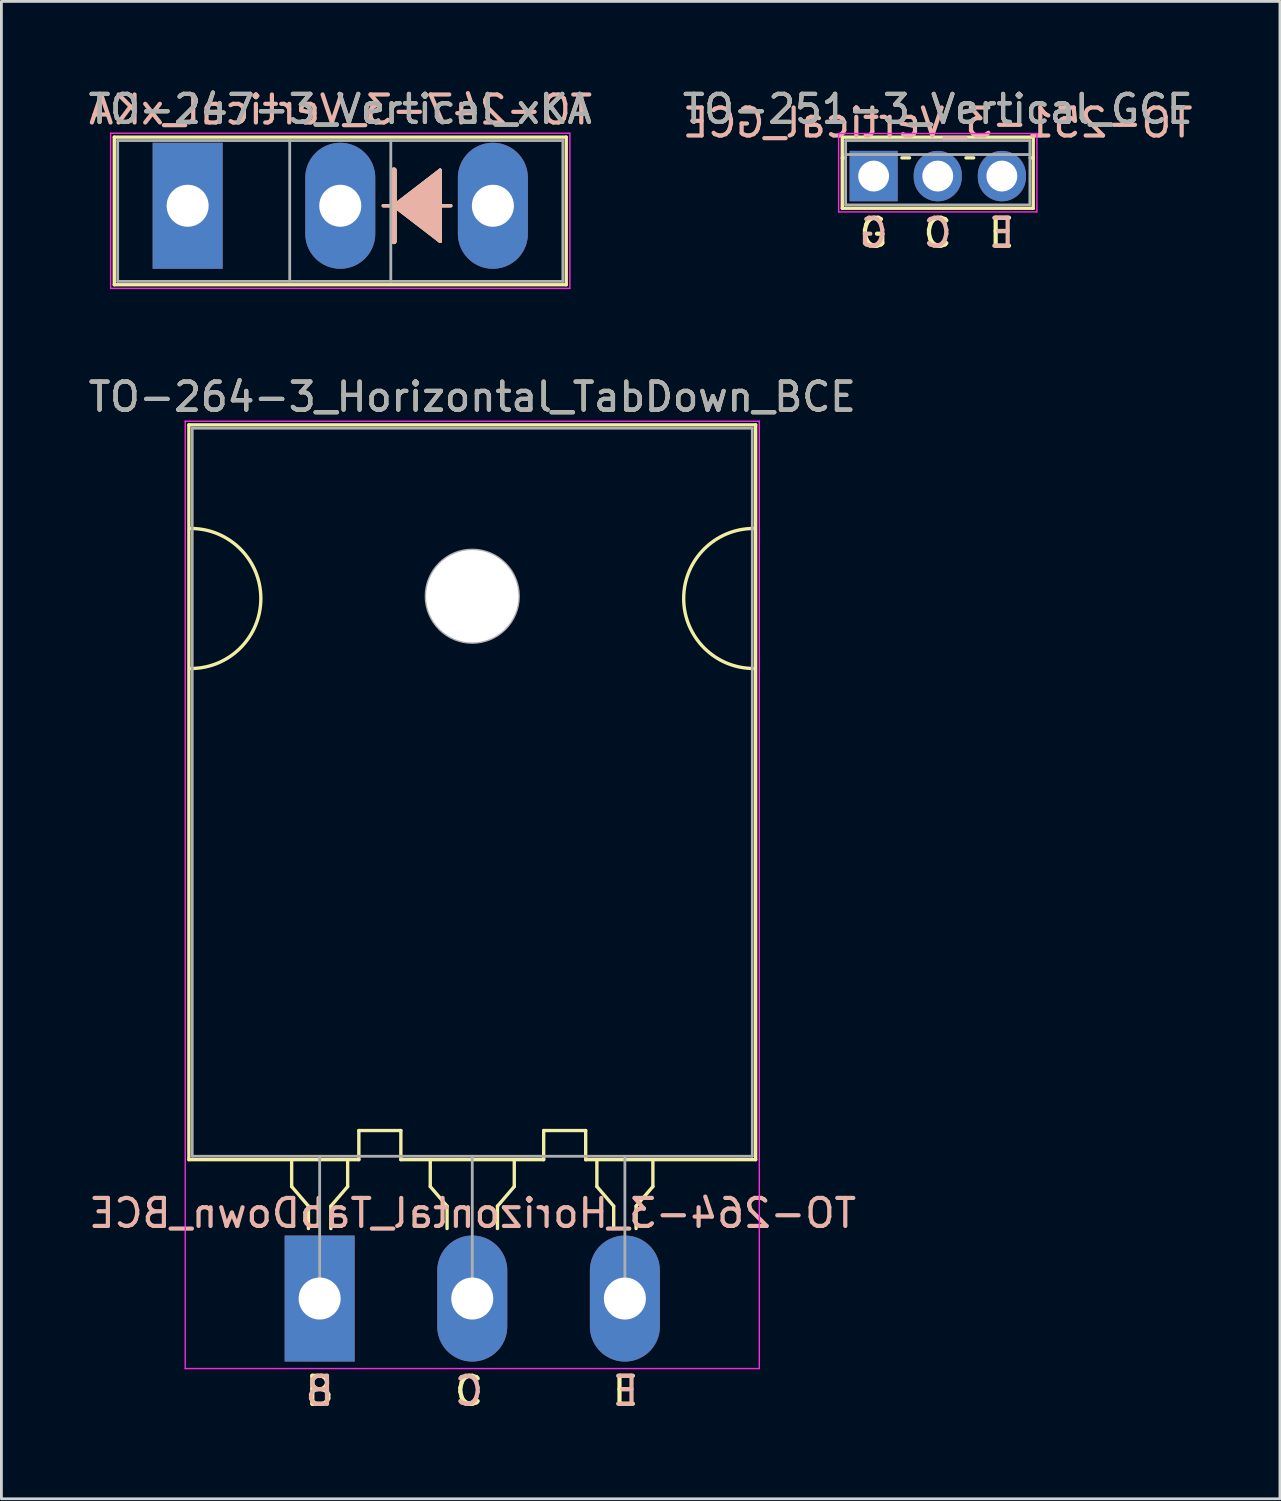
<source format=kicad_pcb>
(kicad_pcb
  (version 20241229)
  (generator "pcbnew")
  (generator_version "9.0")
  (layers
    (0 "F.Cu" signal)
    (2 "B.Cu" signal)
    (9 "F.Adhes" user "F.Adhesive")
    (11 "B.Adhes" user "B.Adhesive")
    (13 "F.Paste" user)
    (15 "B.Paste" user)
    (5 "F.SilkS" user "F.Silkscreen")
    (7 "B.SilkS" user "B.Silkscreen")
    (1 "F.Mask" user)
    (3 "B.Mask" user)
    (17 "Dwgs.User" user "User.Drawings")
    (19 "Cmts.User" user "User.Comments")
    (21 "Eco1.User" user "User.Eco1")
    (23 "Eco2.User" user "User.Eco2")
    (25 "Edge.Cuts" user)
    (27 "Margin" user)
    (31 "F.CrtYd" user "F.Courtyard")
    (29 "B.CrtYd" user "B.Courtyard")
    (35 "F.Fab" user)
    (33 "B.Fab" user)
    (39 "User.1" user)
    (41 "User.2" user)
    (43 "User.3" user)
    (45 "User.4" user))
  (footprint "TO-247-3_Vertical_xKA"
    (layer "F.Cu")
    (at 3.651 4.298)
    (property "Reference" "TO-247-3_Vertical_xKA" (at 5.45 -3.45 0) (layer "F.SilkS") (effects (font (size 1 1) (thickness 0.15))))
    (attr through_hole)
    (fp_line (start -2.62 -2.451) (end -2.62 2.82) (stroke (width 0.12) (type solid)) (layer "F.SilkS"))
    (fp_line (start -2.62 -2.451) (end 13.52 -2.451) (stroke (width 0.12) (type solid)) (layer "F.SilkS"))
    (fp_line (start -2.62 2.82) (end 13.52 2.82) (stroke (width 0.12) (type solid)) (layer "F.SilkS"))
    (fp_line (start 6.985 0) (end 7.366 0) (stroke (width 0.12) (type solid)) (layer "F.SilkS"))
    (fp_line (start 7.366 -1.27) (end 7.366 0) (stroke (width 0.2) (type solid)) (layer "F.SilkS"))
    (fp_line (start 7.366 0) (end 7.366 1.27) (stroke (width 0.2) (type solid)) (layer "F.SilkS"))
    (fp_line (start 7.366 0) (end 9.017 1.27) (stroke (width 0.12) (type solid)) (layer "F.SilkS"))
    (fp_line (start 9.017 -1.27) (end 7.366 0) (stroke (width 0.12) (type solid)) (layer "F.SilkS"))
    (fp_line (start 9.017 1.27) (end 9.017 -1.27) (stroke (width 0.12) (type solid)) (layer "F.SilkS"))
    (fp_line (start 9.398 0) (end 9.017 0) (stroke (width 0.12) (type solid)) (layer "F.SilkS"))
    (fp_line (start 13.52 -2.451) (end 13.52 2.82) (stroke (width 0.12) (type solid)) (layer "F.SilkS"))
    (fp_poly (pts (xy 9.017 1.27) (xy 7.366 0) (xy 9.017 -1.27)) (stroke (width 0.1) (type solid)) (fill yes) (layer "F.SilkS"))
    (fp_line (start 6.985 0) (end 7.366 0) (stroke (width 0.12) (type solid)) (layer "B.SilkS"))
    (fp_line (start 7.366 0) (end 7.366 -1.27) (stroke (width 0.2) (type solid)) (layer "B.SilkS"))
    (fp_line (start 7.366 0) (end 9.017 -1.27) (stroke (width 0.12) (type solid)) (layer "B.SilkS"))
    (fp_line (start 7.366 1.27) (end 7.366 0) (stroke (width 0.2) (type solid)) (layer "B.SilkS"))
    (fp_line (start 9.017 -1.27) (end 9.017 1.27) (stroke (width 0.12) (type solid)) (layer "B.SilkS"))
    (fp_line (start 9.017 1.27) (end 7.366 0) (stroke (width 0.12) (type solid)) (layer "B.SilkS"))
    (fp_line (start 9.398 0) (end 9.017 0) (stroke (width 0.12) (type solid)) (layer "B.SilkS"))
    (fp_poly (pts (xy 9.017 -1.27) (xy 7.366 0) (xy 9.017 1.27)) (stroke (width 0.1) (type solid)) (fill yes) (layer "B.SilkS"))
    (fp_line (start -2.75 -2.59) (end -2.75 2.95) (stroke (width 0.05) (type solid)) (layer "F.CrtYd"))
    (fp_line (start -2.75 2.95) (end 13.65 2.95) (stroke (width 0.05) (type solid)) (layer "F.CrtYd"))
    (fp_line (start 13.65 -2.59) (end -2.75 -2.59) (stroke (width 0.05) (type solid)) (layer "F.CrtYd"))
    (fp_line (start 13.65 2.95) (end 13.65 -2.59) (stroke (width 0.05) (type solid)) (layer "F.CrtYd"))
    (fp_line (start -2.5 -2.33) (end -2.5 2.7) (stroke (width 0.1) (type solid)) (layer "F.Fab"))
    (fp_line (start -2.5 2.7) (end 13.4 2.7) (stroke (width 0.1) (type solid)) (layer "F.Fab"))
    (fp_line (start 3.645 -2.33) (end 3.645 2.7) (stroke (width 0.1) (type solid)) (layer "F.Fab"))
    (fp_line (start 7.255 -2.33) (end 7.255 2.7) (stroke (width 0.1) (type solid)) (layer "F.Fab"))
    (fp_line (start 13.4 -2.33) (end -2.5 -2.33) (stroke (width 0.1) (type solid)) (layer "F.Fab"))
    (fp_line (start 13.4 2.7) (end 13.4 -2.33) (stroke (width 0.1) (type solid)) (layer "F.Fab"))
    (fp_text user "${REFERENCE}" (at 5.461 -3.429 0) (layer "B.SilkS") (effects (font (size 1 1) (thickness 0.15)) (justify mirror)))
    (fp_text user "${REFERENCE}" (at 5.45 -3.45 0) (layer "F.Fab") (effects (font (size 1 1) (thickness 0.15))))
    (pad "1" thru_hole rect (at 0 0) (size 2.5 4.5) (drill 1.5) (layers "*.Cu" "*.Mask"))
    (pad "2" thru_hole oval (at 5.45 0) (size 2.5 4.5) (drill 1.5) (layers "*.Cu" "*.Mask"))
    (pad "3" thru_hole oval (at 10.9 0) (size 2.5 4.5) (drill 1.5) (layers "*.Cu" "*.Mask")))
  (footprint "TO-251-3_Vertical_GCE"
    (layer "F.Cu")
    (at 28.148 3.238)
    (property "Reference" "TO-251-3_Vertical_GCE" (at 2.29 -2.39 0) (layer "F.SilkS") (effects (font (size 1 1) (thickness 0.15))))
    (fp_line (start -1.12 -1.39) (end -1.12 1.15) (stroke (width 0.12) (type solid)) (layer "F.SilkS"))
    (fp_line (start -1.12 -1.39) (end 5.7 -1.39) (stroke (width 0.12) (type solid)) (layer "F.SilkS"))
    (fp_line (start -1.12 -0.651) (end -1.009 -0.651) (stroke (width 0.12) (type solid)) (layer "F.SilkS"))
    (fp_line (start -1.12 1.15) (end 5.7 1.15) (stroke (width 0.12) (type solid)) (layer "F.SilkS"))
    (fp_line (start 1.009 -0.651) (end 1.282 -0.651) (stroke (width 0.12) (type solid)) (layer "F.SilkS"))
    (fp_line (start 3.299 -0.651) (end 3.572 -0.651) (stroke (width 0.12) (type solid)) (layer "F.SilkS"))
    (fp_line (start 5.589 -0.651) (end 5.7 -0.651) (stroke (width 0.12) (type solid)) (layer "F.SilkS"))
    (fp_line (start 5.7 -1.39) (end 5.7 1.15) (stroke (width 0.12) (type solid)) (layer "F.SilkS"))
    (fp_line (start -1.25 -1.52) (end -1.25 1.28) (stroke (width 0.05) (type solid)) (layer "F.CrtYd"))
    (fp_line (start -1.25 1.28) (end 5.83 1.28) (stroke (width 0.05) (type solid)) (layer "F.CrtYd"))
    (fp_line (start 5.83 -1.52) (end -1.25 -1.52) (stroke (width 0.05) (type solid)) (layer "F.CrtYd"))
    (fp_line (start 5.83 1.28) (end 5.83 -1.52) (stroke (width 0.05) (type solid)) (layer "F.CrtYd"))
    (fp_line (start -1 -1.27) (end -1 1.03) (stroke (width 0.1) (type solid)) (layer "F.Fab"))
    (fp_line (start -1 -0.77) (end 5.58 -0.77) (stroke (width 0.1) (type solid)) (layer "F.Fab"))
    (fp_line (start -1 1.03) (end 5.58 1.03) (stroke (width 0.1) (type solid)) (layer "F.Fab"))
    (fp_line (start 5.58 -1.27) (end -1 -1.27) (stroke (width 0.1) (type solid)) (layer "F.Fab"))
    (fp_line (start 5.58 1.03) (end 5.58 -1.27) (stroke (width 0.1) (type solid)) (layer "F.Fab"))
    (fp_text user "E" (at 4.572 2.032 0) (unlocked yes) (layer "F.SilkS") (effects (font (size 1 1) (thickness 0.15))))
    (fp_text user "C" (at 2.286 2.032 0) (unlocked yes) (layer "F.SilkS") (effects (font (size 1 1) (thickness 0.15))))
    (fp_text user "G" (at 0 2.032 0) (unlocked yes) (layer "F.SilkS") (effects (font (size 1 1) (thickness 0.15))))
    (fp_text user "${REFERENCE}" (at 2.286 -1.905 0) (layer "B.SilkS") (effects (font (size 1 1) (thickness 0.15)) (justify mirror)))
    (fp_text user "E" (at 4.572 2.032 0) (unlocked yes) (layer "B.SilkS") (effects (font (size 1 1) (thickness 0.15)) (justify mirror)))
    (fp_text user "G" (at 0 2.032 0) (unlocked yes) (layer "B.SilkS") (effects (font (size 1 1) (thickness 0.15)) (justify mirror)))
    (fp_text user "C" (at 2.286 2.032 0) (unlocked yes) (layer "B.SilkS") (effects (font (size 1 1) (thickness 0.15)) (justify mirror)))
    (fp_text user "${REFERENCE}" (at 2.29 -2.39 0) (layer "F.Fab") (effects (font (size 1 1) (thickness 0.15))))
    (pad "1" thru_hole rect (at 0 0) (size 1.718 1.8) (drill 1.1) (layers "*.Cu" "*.Mask"))
    (pad "2" thru_hole oval (at 2.29 0) (size 1.718 1.8) (drill 1.1) (layers "*.Cu" "*.Mask"))
    (pad "3" thru_hole oval (at 4.58 0) (size 1.718 1.8) (drill 1.1) (layers "*.Cu" "*.Mask")))
  (footprint "TO-264-3_Horizontal_TabDown_BCE"
    (layer "F.Cu")
    (at 8.365 43.322)
    (property "Reference" "TO-264-3_Horizontal_TabDown_BCE" (at 5.45 -32.2 0) (layer "F.SilkS") (effects (font (size 1 1) (thickness 0.15))))
    (fp_line (start -4.67 -31.2) (end -4.67 -4.96) (stroke (width 0.12) (type solid)) (layer "F.SilkS"))
    (fp_line (start -4.67 -31.2) (end 15.57 -31.2) (stroke (width 0.12) (type solid)) (layer "F.SilkS"))
    (fp_line (start -4.67 -4.96) (end 1.4 -4.96) (stroke (width 0.12) (type solid)) (layer "F.SilkS"))
    (fp_line (start -1 -4.9) (end -1 -4) (stroke (width 0.12) (type solid)) (layer "F.SilkS"))
    (fp_line (start -1 -4) (end -0.4 -3.3) (stroke (width 0.12) (type solid)) (layer "F.SilkS"))
    (fp_line (start -0.4 -3.3) (end -0.4 -2.5) (stroke (width 0.12) (type solid)) (layer "F.SilkS"))
    (fp_line (start 0.4 -3.3) (end 1 -4) (stroke (width 0.12) (type solid)) (layer "F.SilkS"))
    (fp_line (start 0.4 -2.5) (end 0.4 -3.3) (stroke (width 0.12) (type solid)) (layer "F.SilkS"))
    (fp_line (start 1 -4) (end 1 -4.9) (stroke (width 0.12) (type solid)) (layer "F.SilkS"))
    (fp_line (start 1.4 -6) (end 2.9 -6) (stroke (width 0.12) (type solid)) (layer "F.SilkS"))
    (fp_line (start 1.4 -4.96) (end 1.4 -6) (stroke (width 0.12) (type solid)) (layer "F.SilkS"))
    (fp_line (start 2.9 -6) (end 2.9 -4.96) (stroke (width 0.12) (type solid)) (layer "F.SilkS"))
    (fp_line (start 2.9 -4.96) (end 8 -4.96) (stroke (width 0.12) (type solid)) (layer "F.SilkS"))
    (fp_line (start 3.95 -4.9) (end 3.95 -4) (stroke (width 0.12) (type solid)) (layer "F.SilkS"))
    (fp_line (start 3.95 -4) (end 4.55 -3.3) (stroke (width 0.12) (type solid)) (layer "F.SilkS"))
    (fp_line (start 4.55 -3.3) (end 4.55 -2.5) (stroke (width 0.12) (type solid)) (layer "F.SilkS"))
    (fp_line (start 6.35 -3.3) (end 6.95 -4) (stroke (width 0.12) (type solid)) (layer "F.SilkS"))
    (fp_line (start 6.35 -2.5) (end 6.35 -3.3) (stroke (width 0.12) (type solid)) (layer "F.SilkS"))
    (fp_line (start 6.95 -4) (end 6.95 -4.9) (stroke (width 0.12) (type solid)) (layer "F.SilkS"))
    (fp_line (start 8 -6) (end 8 -4.96) (stroke (width 0.12) (type solid)) (layer "F.SilkS"))
    (fp_line (start 9.5 -6) (end 8 -6) (stroke (width 0.12) (type solid)) (layer "F.SilkS"))
    (fp_line (start 9.5 -4.96) (end 9.5 -6) (stroke (width 0.12) (type solid)) (layer "F.SilkS"))
    (fp_line (start 9.5 -4.96) (end 15.57 -4.96) (stroke (width 0.12) (type solid)) (layer "F.SilkS"))
    (fp_line (start 9.9 -4.9) (end 9.9 -4) (stroke (width 0.12) (type solid)) (layer "F.SilkS"))
    (fp_line (start 9.9 -4) (end 10.5 -3.3) (stroke (width 0.12) (type solid)) (layer "F.SilkS"))
    (fp_line (start 10.5 -3.3) (end 10.5 -2.5) (stroke (width 0.12) (type solid)) (layer "F.SilkS"))
    (fp_line (start 11.3 -3.3) (end 11.9 -4) (stroke (width 0.12) (type solid)) (layer "F.SilkS"))
    (fp_line (start 11.3 -2.5) (end 11.3 -3.3) (stroke (width 0.12) (type solid)) (layer "F.SilkS"))
    (fp_line (start 11.9 -4) (end 11.9 -4.9) (stroke (width 0.12) (type solid)) (layer "F.SilkS"))
    (fp_line (start 15.57 -31.2) (end 15.57 -4.96) (stroke (width 0.12) (type solid)) (layer "F.SilkS"))
    (fp_arc (start -4.6 -27.5) (mid -2.1 -25) (end -4.6 -22.5) (stroke (width 0.12) (type solid)) (layer "F.SilkS"))
    (fp_arc (start 15.5 -22.5) (mid 13 -25) (end 15.5 -27.5) (stroke (width 0.12) (type solid)) (layer "F.SilkS"))
    (fp_line (start -4.8 -31.33) (end -4.8 2.5) (stroke (width 0.05) (type solid)) (layer "F.CrtYd"))
    (fp_line (start -4.8 2.5) (end 15.7 2.5) (stroke (width 0.05) (type solid)) (layer "F.CrtYd"))
    (fp_line (start 15.7 -31.33) (end -4.8 -31.33) (stroke (width 0.05) (type solid)) (layer "F.CrtYd"))
    (fp_line (start 15.7 2.5) (end 15.7 -31.33) (stroke (width 0.05) (type solid)) (layer "F.CrtYd"))
    (fp_line (start -4.55 -31.08) (end 15.45 -31.08) (stroke (width 0.1) (type solid)) (layer "F.Fab"))
    (fp_line (start -4.55 -5.08) (end -4.55 -31.08) (stroke (width 0.1) (type solid)) (layer "F.Fab"))
    (fp_line (start 0 -5.08) (end 0 0) (stroke (width 0.1) (type solid)) (layer "F.Fab"))
    (fp_line (start 5.45 -5.08) (end 5.45 0) (stroke (width 0.1) (type solid)) (layer "F.Fab"))
    (fp_line (start 10.9 -5.08) (end 10.9 0) (stroke (width 0.1) (type solid)) (layer "F.Fab"))
    (fp_line (start 15.45 -31.08) (end 15.45 -5.08) (stroke (width 0.1) (type solid)) (layer "F.Fab"))
    (fp_line (start 15.45 -5.08) (end -4.55 -5.08) (stroke (width 0.1) (type solid)) (layer "F.Fab"))
    (fp_circle (center 5.45 -25.08) (end 7.1 -25.08) (stroke (width 0.1) (type solid)) (fill no) (layer "F.Fab"))
    (fp_text user "B" (at 0 3.302 0) (unlocked yes) (layer "F.SilkS") (effects (font (size 1 1) (thickness 0.15))))
    (fp_text user "C" (at 5.334 3.302 0) (unlocked yes) (layer "F.SilkS") (effects (font (size 1 1) (thickness 0.15))))
    (fp_text user "E" (at 10.922 3.302 0) (unlocked yes) (layer "F.SilkS") (effects (font (size 1 1) (thickness 0.15))))
    (fp_text user "E" (at 10.922 3.302 0) (unlocked yes) (layer "B.SilkS") (effects (font (size 1 1) (thickness 0.15)) (justify mirror)))
    (fp_text user "${REFERENCE}" (at 5.461 -3.048 0) (layer "B.SilkS") (effects (font (size 1 1) (thickness 0.15)) (justify mirror)))
    (fp_text user "B" (at 0 3.302 0) (unlocked yes) (layer "B.SilkS") (effects (font (size 1 1) (thickness 0.15)) (justify mirror)))
    (fp_text user "C" (at 5.334 3.302 0) (unlocked yes) (layer "B.SilkS") (effects (font (size 1 1) (thickness 0.15)) (justify mirror)))
    (fp_text user "${REFERENCE}" (at 5.45 -32.2 0) (layer "F.Fab") (effects (font (size 1 1) (thickness 0.15))))
    (pad "" np_thru_hole oval (at 5.45 -25.08) (size 3.3 3.3) (drill 3.3) (layers "*.Cu" "*.Mask"))
    (pad "1" thru_hole rect (at 0 0) (size 2.5 4.5) (drill 1.5) (layers "*.Cu" "*.Mask"))
    (pad "2" thru_hole oval (at 5.45 0) (size 2.5 4.5) (drill 1.5) (layers "*.Cu" "*.Mask"))
    (pad "3" thru_hole oval (at 10.9 0) (size 2.5 4.5) (drill 1.5) (layers "*.Cu" "*.Mask")))
  (gr_rect
    (start -3 -3)
    (end 42.658 50.472)
    (stroke (width 0.1) (type default))
    (fill no)
    (layer "Edge.Cuts")))
</source>
